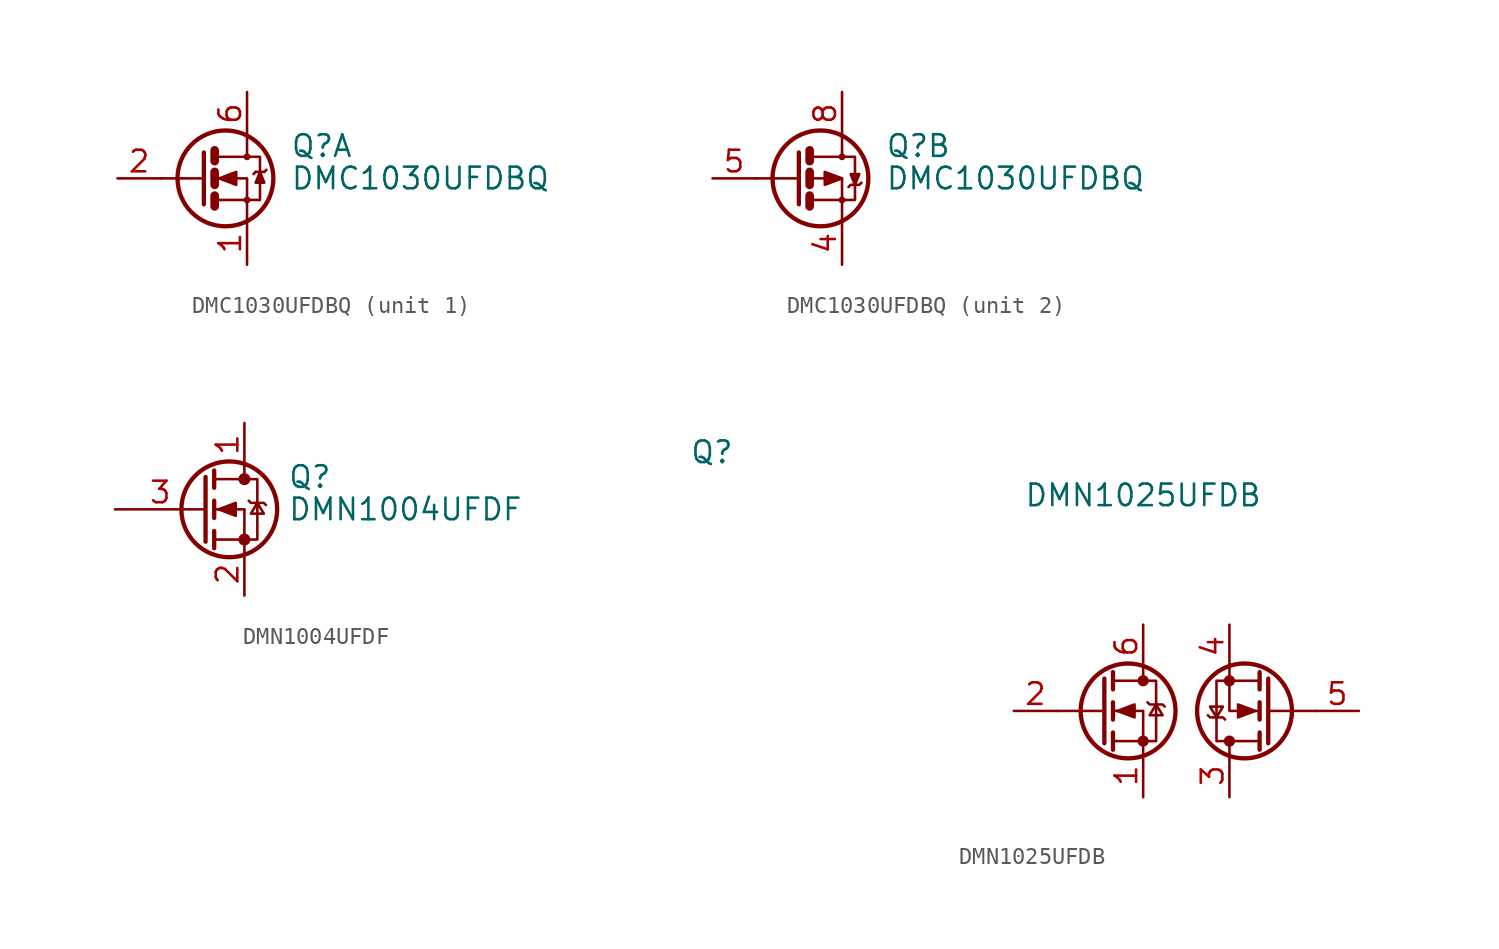
<source format=kicad_sym>
(kicad_symbol_lib
  (version 20210619)
  (generator kicad_symbol_editor)
  (symbol "nicos-parts:DMC1030UFDBQ"
    (pin_names
      (offset 0) hide)
    (property "Reference" "Q"
      (at 5.08 1.905 0)
      (effects (font (size 1.27 1.27)) (justify left)))
    (property "Value" "DMC1030UFDBQ"
      (at 5.08 0 0)
      (effects (font (size 1.27 1.27)) (justify left)))
    (property "ki_locked" ""
      (at 0 0 0)
      (effects (font (size 1.27 1.27))))
    (symbol "DMC1030UFDBQ_0_1"
      (circle (center 1.27 0) (radius 2.819) (stroke (width 0.254)) (fill (type none)))
      (circle (center 2.54 -1.27) (radius 0.127) (stroke (width 0)) (fill (type none)))
      (circle (center 2.54 1.27) (radius 0.127) (stroke (width 0)) (fill (type none)))
      (polyline (pts (xy 0 0) (xy -2.54 0)) (stroke (width 0)) (fill (type none)))
      (polyline (pts (xy 0.635 -1.016) (xy 0.635 -1.651)) (stroke (width 0.508)) (fill (type none)))
      (polyline (pts (xy 0.635 0.381) (xy 0.635 -0.381)) (stroke (width 0.508)) (fill (type none)))
      (polyline (pts (xy 0.635 1.651) (xy 0.635 1.016)) (stroke (width 0.508)) (fill (type none)))
      (polyline (pts (xy 0 1.524) (xy 0 -1.524) (xy 0 -1.524)) (stroke (width 0.254)) (fill (type none)))
      (polyline (pts (xy 0.762 -1.27) (xy 2.54 -1.27) (xy 2.54 -2.54) (xy 2.54 -2.54)) (stroke (width 0)) (fill (type none)))
      (polyline (pts (xy 0.762 1.27) (xy 2.54 1.27) (xy 2.54 2.54) (xy 2.54 2.54)) (stroke (width 0)) (fill (type none)))
      (polyline (pts (xy 2.54 1.27) (xy 3.302 1.27) (xy 3.302 -1.27) (xy 2.54 -1.27)) (stroke (width 0)) (fill (type none)))
      (polyline (pts (xy 0.762 0) (xy 1.27 0) (xy 2.54 0) (xy 2.54 -1.27) (xy 2.54 -1.27)) (stroke (width 0)) (fill (type none))))
    (symbol "DMC1030UFDBQ_1_1"
      (polyline (pts (xy 3.048 0.381) (xy 2.921 0.254)) (stroke (width 0)) (fill (type none)))
      (polyline (pts (xy 3.048 0.381) (xy 3.556 0.381)) (stroke (width 0)) (fill (type none)))
      (polyline (pts (xy 3.556 0.381) (xy 3.683 0.508)) (stroke (width 0)) (fill (type none)))
      (polyline (pts (xy 3.302 0.381) (xy 3.048 -0.254) (xy 3.556 -0.254) (xy 3.302 0.381)) (stroke (width 0)) (fill (type outline)))
      (polyline (pts (xy 0.889 0) (xy 1.905 0.381) (xy 1.905 -0.381) (xy 0.889 0) (xy 1.016 0) (xy 1.016 0)) (stroke (width 0)) (fill (type outline)))
      (pin passive line (at 2.54 -5.08 90) (length 2.54) (name "S" (effects (font (size 1.27 1.27)))) (number "1" (effects (font (size 1.27 1.27)))))
      (pin input line (at -5.08 0 0) (length 2.54) (name "G" (effects (font (size 1.27 1.27)))) (number "2" (effects (font (size 1.27 1.27)))))
      (pin passive line (at 2.54 5.08 270) (length 2.54) (name "D" (effects (font (size 1.27 1.27)))) (number "6" (effects (font (size 1.27 1.27)))))
      (pin passive line (at 2.54 5.08 270) (length 2.54) hide (name "D" (effects (font (size 1.27 1.27)))) (number "7" (effects (font (size 1.27 1.27))))))
    (symbol "DMC1030UFDBQ_2_1"
      (polyline (pts (xy 2.921 -0.508) (xy 3.048 -0.381) (xy 3.556 -0.381) (xy 3.683 -0.254)) (stroke (width 0)) (fill (type none)))
      (polyline (pts (xy 2.54 0) (xy 1.524 0.381) (xy 1.524 -0.381) (xy 2.54 0)) (stroke (width 0)) (fill (type outline)))
      (polyline (pts (xy 3.302 -0.381) (xy 3.048 0.254) (xy 3.556 0.254) (xy 3.302 -0.381)) (stroke (width 0)) (fill (type outline)))
      (pin passive line (at 2.54 5.08 270) (length 2.54) hide (name "D" (effects (font (size 1.27 1.27)))) (number "3" (effects (font (size 1.27 1.27)))))
      (pin passive line (at 2.54 -5.08 90) (length 2.54) (name "1" (effects (font (size 1.27 1.27)))) (number "4" (effects (font (size 1.27 1.27)))))
      (pin input line (at -5.08 0 0) (length 2.54) (name "G" (effects (font (size 1.27 1.27)))) (number "5" (effects (font (size 1.27 1.27)))))
      (pin passive line (at 2.54 5.08 270) (length 2.54) (name "D" (effects (font (size 1.27 1.27)))) (number "8" (effects (font (size 1.27 1.27)))))))
  (symbol "nicos-parts:DMN1004UFDF"
    (pin_names
      (offset 0) hide)
    (property "Reference" "Q"
      (at 5.08 1.905 0)
      (effects (font (size 1.27 1.27)) (justify left)))
    (property "Value" "DMN1004UFDF"
      (at 5.08 0 0)
      (effects (font (size 1.27 1.27)) (justify left)))
    (symbol "DMN1004UFDF_0_1"
      (circle (center 1.651 0) (radius 2.819) (stroke (width 0.254)) (fill (type none)))
      (circle (center 2.54 -1.778) (radius 0.279) (stroke (width 0)) (fill (type outline)))
      (circle (center 2.54 1.778) (radius 0.279) (stroke (width 0)) (fill (type outline)))
      (polyline (pts (xy 0.762 -1.778) (xy 2.54 -1.778)) (stroke (width 0)) (fill (type none)))
      (polyline (pts (xy 0.762 -1.27) (xy 0.762 -2.286)) (stroke (width 0.254)) (fill (type none)))
      (polyline (pts (xy 0.762 0) (xy 2.54 0)) (stroke (width 0)) (fill (type none)))
      (polyline (pts (xy 0.762 0.508) (xy 0.762 -0.508)) (stroke (width 0.254)) (fill (type none)))
      (polyline (pts (xy 0.762 1.778) (xy 2.54 1.778)) (stroke (width 0)) (fill (type none)))
      (polyline (pts (xy 0.762 2.286) (xy 0.762 1.27)) (stroke (width 0.254)) (fill (type none)))
      (polyline (pts (xy 2.54 -1.778) (xy 2.54 -2.54)) (stroke (width 0)) (fill (type none)))
      (polyline (pts (xy 2.54 -1.778) (xy 2.54 0)) (stroke (width 0)) (fill (type none)))
      (polyline (pts (xy 2.54 2.54) (xy 2.54 1.778)) (stroke (width 0)) (fill (type none)))
      (polyline (pts (xy 0.254 1.905) (xy 0.254 -1.905) (xy 0.254 -1.905)) (stroke (width 0.254)) (fill (type none)))
      (polyline (pts (xy 2.54 -1.778) (xy 3.302 -1.778) (xy 3.302 1.778) (xy 2.54 1.778)) (stroke (width 0)) (fill (type none)))
      (polyline (pts (xy 2.794 0.508) (xy 2.921 0.381) (xy 3.683 0.381) (xy 3.81 0.254)) (stroke (width 0)) (fill (type none)))
      (polyline (pts (xy 3.302 0.381) (xy 2.921 -0.254) (xy 3.683 -0.254) (xy 3.302 0.381)) (stroke (width 0)) (fill (type none)))
      (polyline (pts (xy 1.016 0) (xy 2.032 0.381) (xy 2.032 -0.381) (xy 1.016 0)) (stroke (width 0)) (fill (type outline))))
    (symbol "DMN1004UFDF_1_1"
      (pin passive line (at 2.54 5.08 270) (length 2.54) (name "D" (effects (font (size 1.27 1.27)))) (number "1" (effects (font (size 1.27 1.27)))))
      (pin passive line (at 2.54 -5.08 90) (length 2.54) (name "S" (effects (font (size 1.27 1.27)))) (number "2" (effects (font (size 1.27 1.27)))))
      (pin input line (at -5.08 0 0) (length 5.334) (name "G" (effects (font (size 1.27 1.27)))) (number "3" (effects (font (size 1.27 1.27)))))))
  (symbol "nicos-parts:DMN1025UFDB"
    (pin_names
      (offset 0) hide)
    (property "Reference" "Q"
      (at -10.16 15.24 0)
      (effects (font (size 1.27 1.27))))
    (property "Value" "DMN1025UFDB"
      (at 15.24 12.7 0)
      (effects (font (size 1.27 1.27))))
    (symbol "DMN1025UFDB_0_1"
      (circle (center 14.351 0) (radius 2.794) (stroke (width 0.254)) (fill (type none)))
      (circle (center 21.209 0) (radius 2.794) (stroke (width 0.254)) (fill (type none)))
      (circle (center 15.24 -1.778) (radius 0.254) (stroke (width 0)) (fill (type outline)))
      (circle (center 15.24 1.778) (radius 0.254) (stroke (width 0)) (fill (type outline)))
      (circle (center 20.32 -1.778) (radius 0.254) (stroke (width 0)) (fill (type outline)))
      (circle (center 20.32 1.778) (radius 0.254) (stroke (width 0)) (fill (type outline)))
      (polyline (pts (xy 12.954 0) (xy 10.16 0)) (stroke (width 0)) (fill (type none)))
      (polyline (pts (xy 12.954 1.905) (xy 12.954 -1.905)) (stroke (width 0.254)) (fill (type none)))
      (polyline (pts (xy 13.462 -1.27) (xy 13.462 -2.286)) (stroke (width 0.254)) (fill (type none)))
      (polyline (pts (xy 13.462 0.508) (xy 13.462 -0.508)) (stroke (width 0.254)) (fill (type none)))
      (polyline (pts (xy 13.462 2.286) (xy 13.462 1.27)) (stroke (width 0.254)) (fill (type none)))
      (polyline (pts (xy 15.24 2.54) (xy 15.24 1.778)) (stroke (width 0)) (fill (type none)))
      (polyline (pts (xy 20.32 -2.54) (xy 20.32 -1.778)) (stroke (width 0)) (fill (type none)))
      (polyline (pts (xy 22.098 -2.286) (xy 22.098 -1.27)) (stroke (width 0.254)) (fill (type none)))
      (polyline (pts (xy 22.098 -0.508) (xy 22.098 0.508)) (stroke (width 0.254)) (fill (type none)))
      (polyline (pts (xy 22.098 1.27) (xy 22.098 2.286)) (stroke (width 0.254)) (fill (type none)))
      (polyline (pts (xy 22.606 -1.905) (xy 22.606 1.905)) (stroke (width 0.254)) (fill (type none)))
      (polyline (pts (xy 22.606 0) (xy 25.4 0)) (stroke (width 0)) (fill (type none)))
      (polyline (pts (xy 15.24 -2.54) (xy 15.24 0) (xy 13.462 0)) (stroke (width 0)) (fill (type none)))
      (polyline (pts (xy 20.32 2.54) (xy 20.32 0) (xy 22.098 0)) (stroke (width 0)) (fill (type none)))
      (polyline (pts (xy 13.462 -1.778) (xy 16.002 -1.778) (xy 16.002 1.778) (xy 13.462 1.778)) (stroke (width 0)) (fill (type none)))
      (polyline (pts (xy 15.494 0.508) (xy 15.621 0.381) (xy 16.383 0.381) (xy 16.51 0.254)) (stroke (width 0)) (fill (type none)))
      (polyline (pts (xy 16.002 0.381) (xy 15.621 -0.254) (xy 16.383 -0.254) (xy 16.002 0.381)) (stroke (width 0)) (fill (type none)))
      (polyline (pts (xy 19.558 -0.381) (xy 19.939 0.254) (xy 19.177 0.254) (xy 19.558 -0.381)) (stroke (width 0)) (fill (type none)))
      (polyline (pts (xy 20.066 -0.508) (xy 19.939 -0.381) (xy 19.177 -0.381) (xy 19.05 -0.254)) (stroke (width 0)) (fill (type none)))
      (polyline (pts (xy 22.098 1.778) (xy 19.558 1.778) (xy 19.558 -1.778) (xy 22.098 -1.778)) (stroke (width 0)) (fill (type none)))
      (polyline (pts (xy 13.716 0) (xy 14.732 0.381) (xy 14.732 -0.381) (xy 13.716 0)) (stroke (width 0)) (fill (type outline)))
      (polyline (pts (xy 21.844 0) (xy 20.828 -0.381) (xy 20.828 0.381) (xy 21.844 0)) (stroke (width 0)) (fill (type outline))))
    (symbol "DMN1025UFDB_1_1"
      (pin passive line (at 15.24 -5.08 90) (length 2.54) (name "S1" (effects (font (size 1.27 1.27)))) (number "1" (effects (font (size 1.27 1.27)))))
      (pin input line (at 7.62 0 0) (length 2.54) (name "G1" (effects (font (size 1.27 1.27)))) (number "2" (effects (font (size 1.27 1.27)))))
      (pin passive line (at 20.32 -5.08 90) (length 2.54) (name "D2" (effects (font (size 1.27 1.27)))) (number "3" (effects (font (size 1.27 1.27)))))
      (pin passive line (at 20.32 5.08 270) (length 2.54) (name "S2" (effects (font (size 1.27 1.27)))) (number "4" (effects (font (size 1.27 1.27)))))
      (pin input line (at 27.94 0 180) (length 2.54) (name "G2" (effects (font (size 1.27 1.27)))) (number "5" (effects (font (size 1.27 1.27)))))
      (pin passive line (at 15.24 5.08 270) (length 2.54) (name "D" (effects (font (size 1.27 1.27)))) (number "6" (effects (font (size 1.27 1.27)))))
      (pin passive line (at 15.24 5.08 270) (length 2.54) hide (name "D1" (effects (font (size 1.27 1.27)))) (number "7" (effects (font (size 1.27 1.27)))))
      (pin passive line (at 20.32 -5.08 90) (length 2.54) hide (name "D2" (effects (font (size 1.27 1.27)))) (number "8" (effects (font (size 1.27 1.27))))))))
</source>
